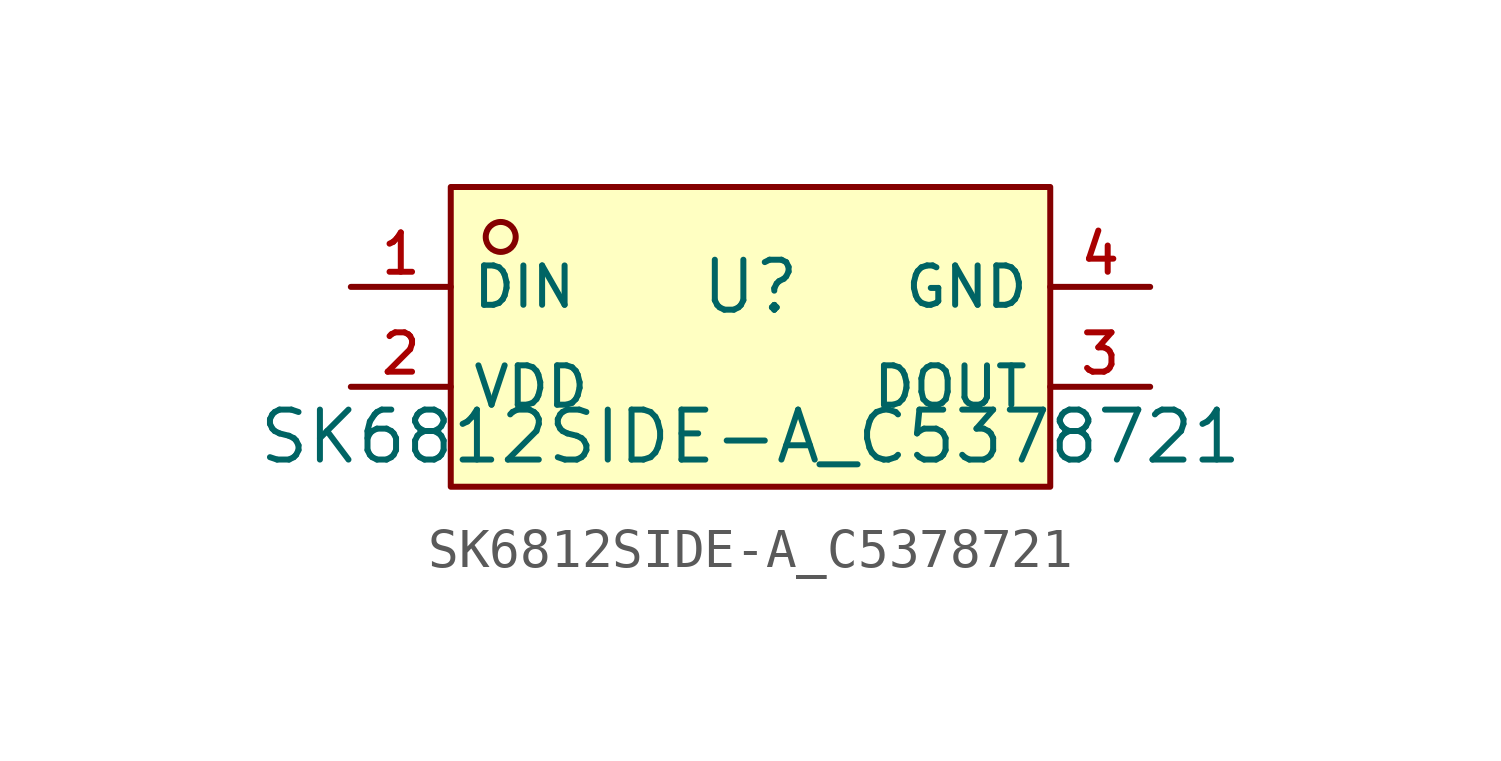
<source format=kicad_sym>
(kicad_symbol_lib
  (version 20210201)
  (generator TousstNicolas/JLC2KiCad_lib)
  (symbol "SK6812SIDE-A_C5378721"
    (property "Reference" "U"
      (at 0 1.27 0)
      (effects (font (size 1.27 1.27))))
    (property "Value" "SK6812SIDE-A_C5378721"
      (at 0 -2.54 0)
      (effects (font (size 1.27 1.27))))
    (symbol "SK6812SIDE-A_C5378721_0_1"
      (rectangle (start -7.62 3.81) (end 7.62 -3.81) (stroke (width 0) (type default) (color 0 0 0 0)) (fill (type background)))
      (circle (center -6.35 2.54) (radius 0.381) (stroke (width 0) (type default) (color 0 0 0 0)) (fill (type background)))
      (pin unspecified line (at -10.16 1.27 0) (length 2.54) (name "DIN" (effects (font (size 1 1)))) (number "1" (effects (font (size 1 1)))))
      (pin unspecified line (at -10.16 -1.27 0) (length 2.54) (name "VDD" (effects (font (size 1 1)))) (number "2" (effects (font (size 1 1)))))
      (pin unspecified line (at 10.16 -1.27 180) (length 2.54) (name "DOUT" (effects (font (size 1 1)))) (number "3" (effects (font (size 1 1)))))
      (pin unspecified line (at 10.16 1.27 180) (length 2.54) (name "GND" (effects (font (size 1 1)))) (number "4" (effects (font (size 1 1))))))))
</source>
